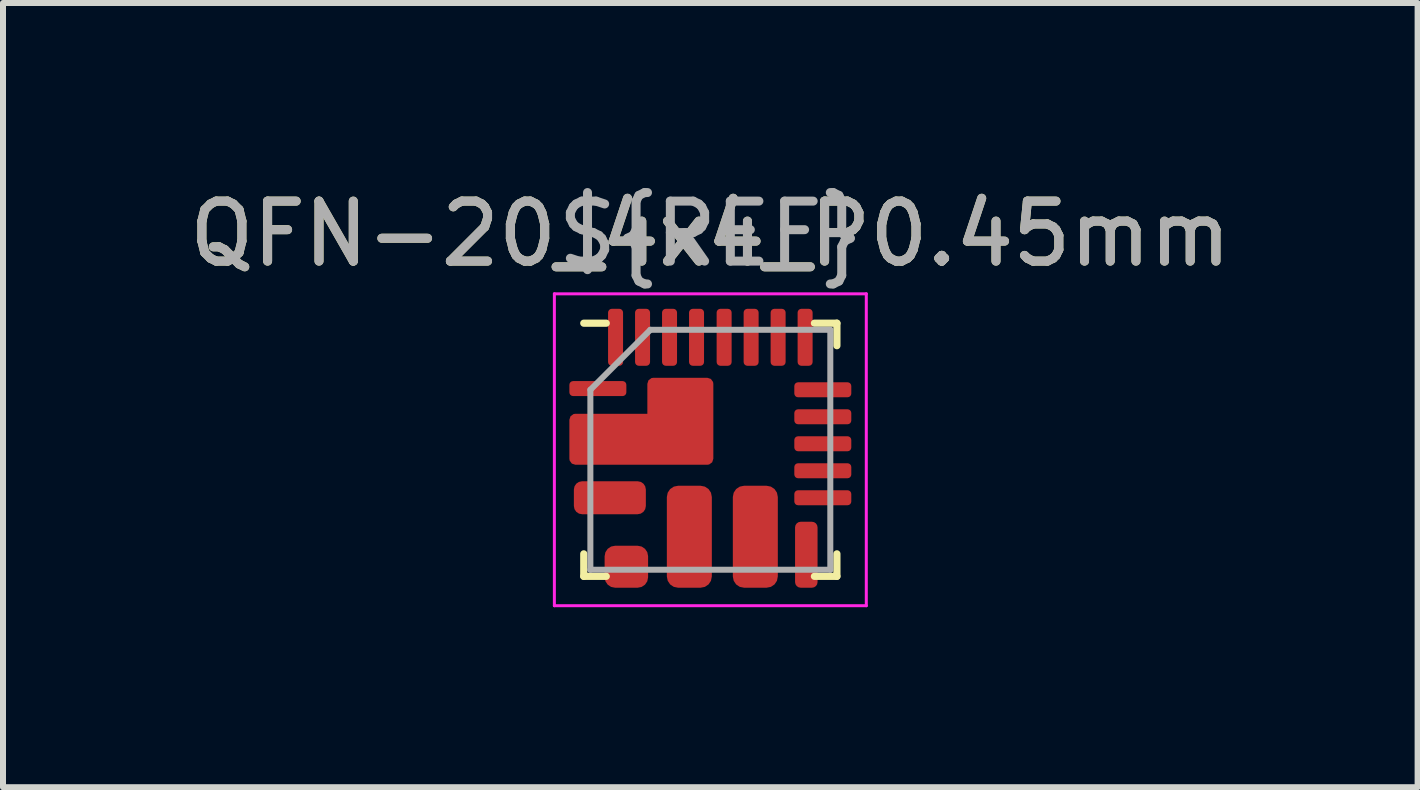
<source format=kicad_pcb>
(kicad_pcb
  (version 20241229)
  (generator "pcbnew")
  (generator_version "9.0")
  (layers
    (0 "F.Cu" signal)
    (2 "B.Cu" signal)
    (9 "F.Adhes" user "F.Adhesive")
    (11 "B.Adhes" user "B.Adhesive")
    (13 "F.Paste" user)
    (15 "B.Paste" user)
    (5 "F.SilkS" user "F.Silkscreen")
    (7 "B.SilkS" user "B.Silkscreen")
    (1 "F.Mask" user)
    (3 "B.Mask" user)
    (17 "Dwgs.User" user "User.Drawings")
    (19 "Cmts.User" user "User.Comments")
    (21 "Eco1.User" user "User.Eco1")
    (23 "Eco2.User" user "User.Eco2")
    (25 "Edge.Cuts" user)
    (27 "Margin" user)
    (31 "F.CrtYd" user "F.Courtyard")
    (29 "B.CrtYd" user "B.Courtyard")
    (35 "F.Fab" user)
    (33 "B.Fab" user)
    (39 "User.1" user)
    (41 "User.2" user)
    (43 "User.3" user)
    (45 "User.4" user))
  (footprint "QFN-20_4x4_P0.45mm"
    (layer "F.Cu")
    (at 8.792 4.448)
    (property "Reference" "QFN-20_4x4_P0.45mm" (at 0 -3.6 0) (unlocked yes) (layer "F.SilkS") (effects (font (size 1 1) (thickness 0.15))))
    (attr smd)
    (fp_line (start -2.11 2.11) (end -2.11 1.735) (stroke (width 0.12) (type solid)) (layer "F.SilkS"))
    (fp_line (start -1.735 -2.11) (end -2.11 -2.11) (stroke (width 0.12) (type solid)) (layer "F.SilkS"))
    (fp_line (start -1.735 2.11) (end -2.11 2.11) (stroke (width 0.12) (type solid)) (layer "F.SilkS"))
    (fp_line (start 1.735 -2.11) (end 2.11 -2.11) (stroke (width 0.12) (type solid)) (layer "F.SilkS"))
    (fp_line (start 1.735 2.11) (end 2.11 2.11) (stroke (width 0.12) (type solid)) (layer "F.SilkS"))
    (fp_line (start 2.11 -2.11) (end 2.11 -1.735) (stroke (width 0.12) (type solid)) (layer "F.SilkS"))
    (fp_line (start 2.11 2.11) (end 2.11 1.735) (stroke (width 0.12) (type solid)) (layer "F.SilkS"))
    (fp_line (start -2.6 -2.6) (end -2.6 2.6) (stroke (width 0.05) (type solid)) (layer "F.CrtYd"))
    (fp_line (start -2.6 2.6) (end 2.6 2.6) (stroke (width 0.05) (type solid)) (layer "F.CrtYd"))
    (fp_line (start 2.6 -2.6) (end -2.6 -2.6) (stroke (width 0.05) (type solid)) (layer "F.CrtYd"))
    (fp_line (start 2.6 2.6) (end 2.6 -2.6) (stroke (width 0.05) (type solid)) (layer "F.CrtYd"))
    (fp_line (start -2 -1) (end -1 -2) (stroke (width 0.1) (type solid)) (layer "F.Fab"))
    (fp_line (start -2 2) (end -2 -1) (stroke (width 0.1) (type solid)) (layer "F.Fab"))
    (fp_line (start -1 -2) (end 2 -2) (stroke (width 0.1) (type solid)) (layer "F.Fab"))
    (fp_line (start 2 -2) (end 2 2) (stroke (width 0.1) (type solid)) (layer "F.Fab"))
    (fp_line (start 2 2) (end -2 2) (stroke (width 0.1) (type solid)) (layer "F.Fab"))
    (fp_text user "${REFERENCE}" (at 0 -3.6 0) (layer "F.Fab") (effects (font (size 1 1) (thickness 0.15))))
    (fp_text user "${REF}" (at 0 -3.6 0) (unlocked yes) (layer "F.Fab") (effects (font (size 1 1) (thickness 0.15))))
    (pad "1" smd roundrect (at -1.875 -1.02) (size 0.95 0.25) (layers "F.Cu" "F.Mask" "F.Paste") (roundrect_rratio 0.25))
    (pad "2" smd custom (at -0.95 -0.5) (size 0.1 0.1) (layers "F.Cu" "F.Mask" "F.Paste") (options (anchor rect)) (primitives (gr_poly (pts (xy -1.3 0) (xy -1.3 0.65) (xy 0.9 0.65) (xy 0.9 -0.6) (xy 0 -0.6) (xy 0 0)) (width 0.2) (fill yes))))
    (pad "3" smd roundrect (at -1.675 0.8) (size 1.2 0.55) (layers "F.Cu" "F.Mask" "F.Paste") (roundrect_rratio 0.25))
    (pad "4" smd roundrect (at -1.4 1.95) (size 0.725 0.7) (layers "F.Cu" "F.Mask" "F.Paste") (roundrect_rratio 0.25))
    (pad "5" smd roundrect (at -0.35 1.45) (size 0.75 1.7) (layers "F.Cu" "F.Mask" "F.Paste") (roundrect_rratio 0.25))
    (pad "6" smd roundrect (at 0.75 1.45) (size 0.75 1.7) (layers "F.Cu" "F.Mask" "F.Paste") (roundrect_rratio 0.25))
    (pad "7" smd roundrect (at 1.6 1.75) (size 0.375 1.1) (layers "F.Cu" "F.Mask" "F.Paste") (roundrect_rratio 0.25))
    (pad "8" smd roundrect (at 1.875 0.8) (size 0.95 0.25) (layers "F.Cu" "F.Mask" "F.Paste") (roundrect_rratio 0.25))
    (pad "9" smd roundrect (at 1.875 0.35) (size 0.95 0.25) (layers "F.Cu" "F.Mask" "F.Paste") (roundrect_rratio 0.25))
    (pad "10" smd roundrect (at 1.875 -0.1) (size 0.95 0.25) (layers "F.Cu" "F.Mask" "F.Paste") (roundrect_rratio 0.25))
    (pad "11" smd roundrect (at 1.875 -0.55) (size 0.95 0.25) (layers "F.Cu" "F.Mask" "F.Paste") (roundrect_rratio 0.25))
    (pad "12" smd roundrect (at 1.875 -1) (size 0.95 0.25) (layers "F.Cu" "F.Mask" "F.Paste") (roundrect_rratio 0.25))
    (pad "13" smd roundrect (at 1.58 -1.875) (size 0.25 0.95) (layers "F.Cu" "F.Mask" "F.Paste") (roundrect_rratio 0.25))
    (pad "14" smd roundrect (at 1.13 -1.875) (size 0.25 0.95) (layers "F.Cu" "F.Mask" "F.Paste") (roundrect_rratio 0.25))
    (pad "15" smd roundrect (at 0.68 -1.875) (size 0.25 0.95) (layers "F.Cu" "F.Mask" "F.Paste") (roundrect_rratio 0.25))
    (pad "16" smd roundrect (at 0.23 -1.875) (size 0.25 0.95) (layers "F.Cu" "F.Mask" "F.Paste") (roundrect_rratio 0.25))
    (pad "17" smd roundrect (at -0.23 -1.875) (size 0.25 0.95) (layers "F.Cu" "F.Mask" "F.Paste") (roundrect_rratio 0.25))
    (pad "18" smd roundrect (at -0.68 -1.875) (size 0.25 0.95) (layers "F.Cu" "F.Mask" "F.Paste") (roundrect_rratio 0.25))
    (pad "19" smd roundrect (at -1.13 -1.875 90) (size 0.95 0.25) (layers "F.Cu" "F.Mask" "F.Paste") (roundrect_rratio 0.25))
    (pad "20" smd roundrect (at -1.58 -1.875 90) (size 0.95 0.25) (layers "F.Cu" "F.Mask" "F.Paste") (roundrect_rratio 0.25)))
  (gr_rect
    (start -3 -3)
    (end 20.583 10.073)
    (stroke (width 0.1) (type default))
    (fill no)
    (layer "Edge.Cuts")))
</source>
